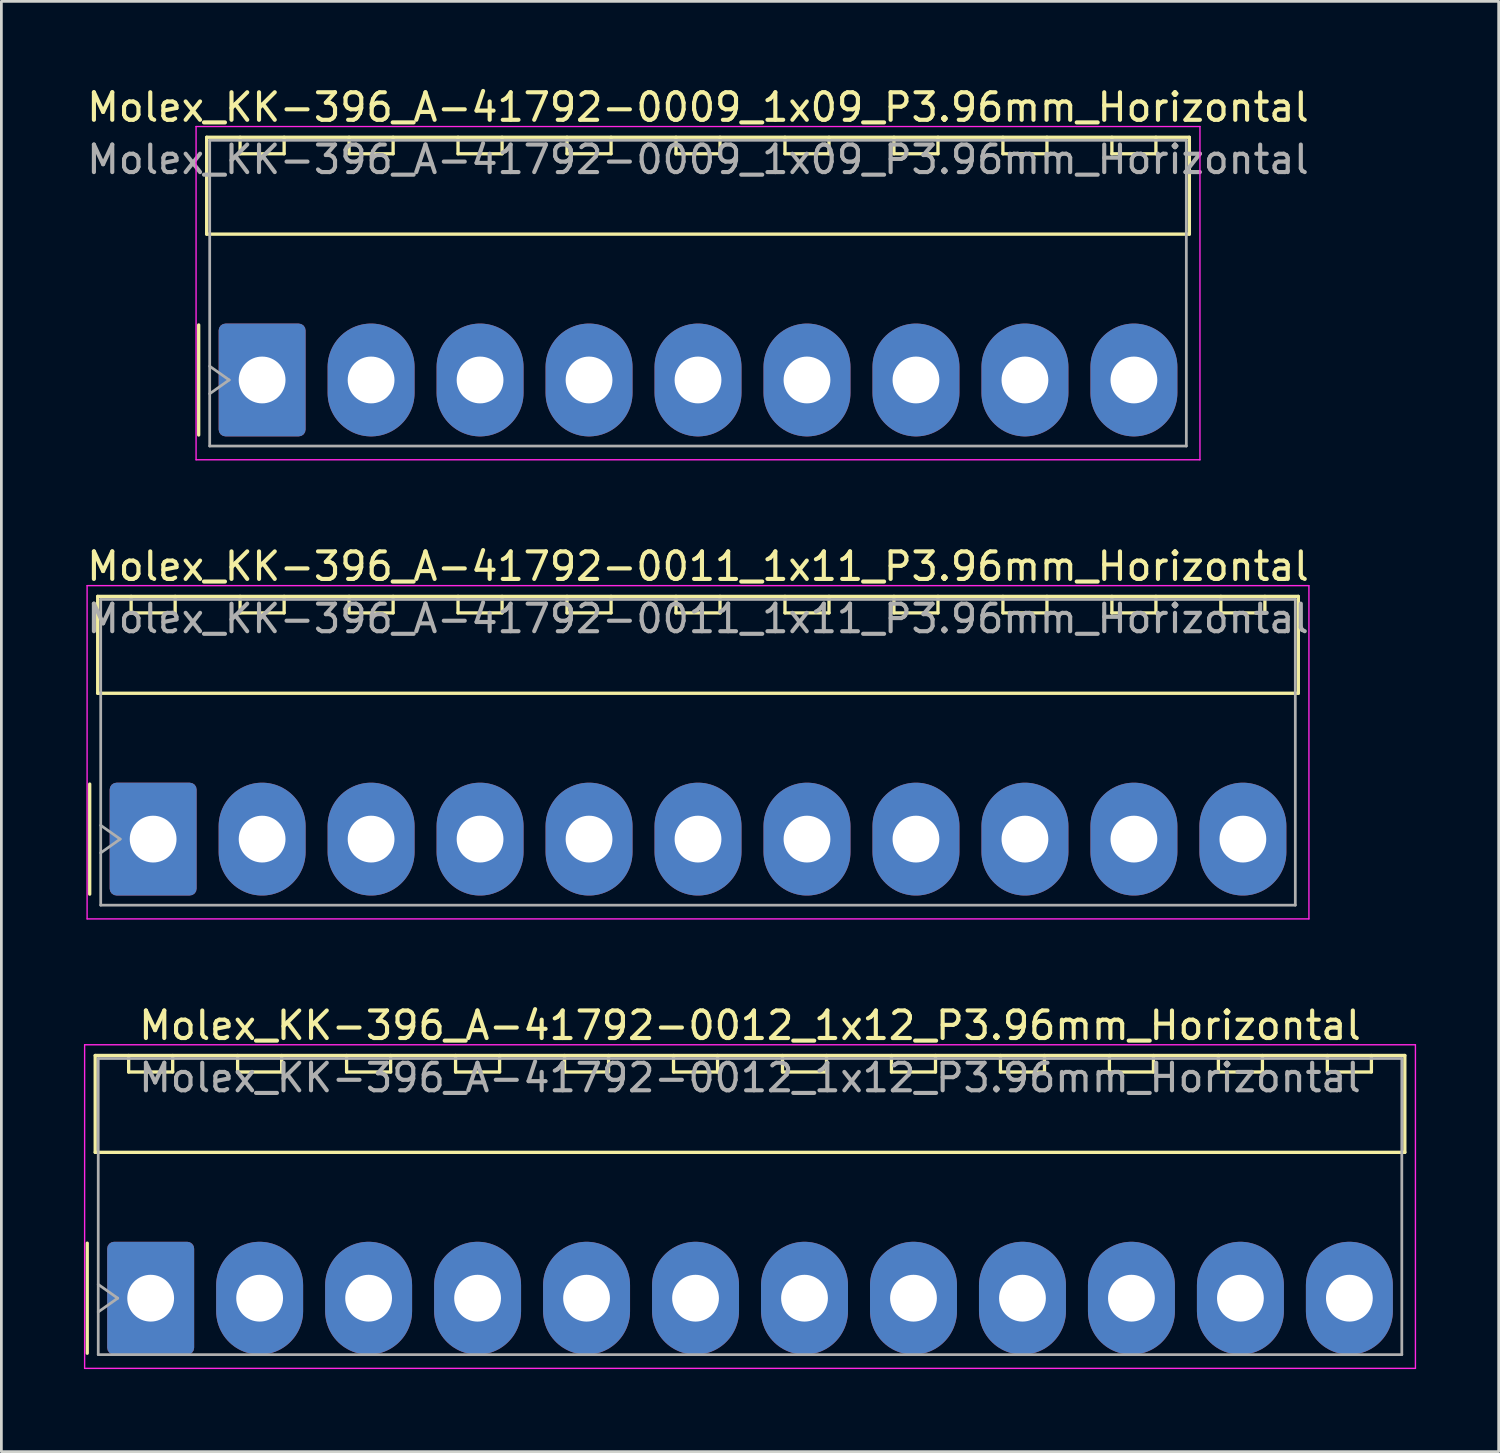
<source format=kicad_pcb>
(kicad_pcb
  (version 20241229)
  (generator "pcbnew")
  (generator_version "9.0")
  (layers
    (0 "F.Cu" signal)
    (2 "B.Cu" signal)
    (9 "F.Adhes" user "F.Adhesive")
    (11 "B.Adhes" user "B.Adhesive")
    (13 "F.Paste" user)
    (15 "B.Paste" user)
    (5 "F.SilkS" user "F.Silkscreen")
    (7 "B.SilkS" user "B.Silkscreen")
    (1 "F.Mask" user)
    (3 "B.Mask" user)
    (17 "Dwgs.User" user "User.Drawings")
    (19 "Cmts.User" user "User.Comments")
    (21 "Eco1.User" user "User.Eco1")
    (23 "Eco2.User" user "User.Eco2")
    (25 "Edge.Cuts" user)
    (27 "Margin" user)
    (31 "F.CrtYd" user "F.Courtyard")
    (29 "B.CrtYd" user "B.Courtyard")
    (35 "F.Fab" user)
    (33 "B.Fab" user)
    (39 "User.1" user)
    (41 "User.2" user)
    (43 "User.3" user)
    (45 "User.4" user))
  (footprint "Molex_KK-396_A-41792-0012_1x12_P3.96mm_Horizontal"
    (layer "F.Cu")
    (at 2.425 44.125)
    (property "Reference" "Molex_KK-396_A-41792-0012_1x12_P3.96mm_Horizontal" (at 21.78 -9.91 0) (layer "F.SilkS") (effects (font (size 1 1) (thickness 0.15))))
    (attr through_hole)
    (fp_line (start -2.305 -2) (end -2.305 2) (stroke (width 0.12) (type solid)) (layer "F.SilkS"))
    (fp_line (start -2.015 -8.82) (end 45.575 -8.82) (stroke (width 0.12) (type solid)) (layer "F.SilkS"))
    (fp_line (start -2.015 -5.3) (end -2.015 -8.82) (stroke (width 0.12) (type solid)) (layer "F.SilkS"))
    (fp_line (start -0.8 -8.82) (end -0.8 -8.22) (stroke (width 0.12) (type solid)) (layer "F.SilkS"))
    (fp_line (start -0.8 -8.22) (end 0.8 -8.22) (stroke (width 0.12) (type solid)) (layer "F.SilkS"))
    (fp_line (start 0.8 -8.22) (end 0.8 -8.82) (stroke (width 0.12) (type solid)) (layer "F.SilkS"))
    (fp_line (start 3.16 -8.82) (end 3.16 -8.22) (stroke (width 0.12) (type solid)) (layer "F.SilkS"))
    (fp_line (start 3.16 -8.22) (end 4.76 -8.22) (stroke (width 0.12) (type solid)) (layer "F.SilkS"))
    (fp_line (start 4.76 -8.22) (end 4.76 -8.82) (stroke (width 0.12) (type solid)) (layer "F.SilkS"))
    (fp_line (start 7.12 -8.82) (end 7.12 -8.22) (stroke (width 0.12) (type solid)) (layer "F.SilkS"))
    (fp_line (start 7.12 -8.22) (end 8.72 -8.22) (stroke (width 0.12) (type solid)) (layer "F.SilkS"))
    (fp_line (start 8.72 -8.22) (end 8.72 -8.82) (stroke (width 0.12) (type solid)) (layer "F.SilkS"))
    (fp_line (start 11.08 -8.82) (end 11.08 -8.22) (stroke (width 0.12) (type solid)) (layer "F.SilkS"))
    (fp_line (start 11.08 -8.22) (end 12.68 -8.22) (stroke (width 0.12) (type solid)) (layer "F.SilkS"))
    (fp_line (start 12.68 -8.22) (end 12.68 -8.82) (stroke (width 0.12) (type solid)) (layer "F.SilkS"))
    (fp_line (start 15.04 -8.82) (end 15.04 -8.22) (stroke (width 0.12) (type solid)) (layer "F.SilkS"))
    (fp_line (start 15.04 -8.22) (end 16.64 -8.22) (stroke (width 0.12) (type solid)) (layer "F.SilkS"))
    (fp_line (start 16.64 -8.22) (end 16.64 -8.82) (stroke (width 0.12) (type solid)) (layer "F.SilkS"))
    (fp_line (start 19 -8.82) (end 19 -8.22) (stroke (width 0.12) (type solid)) (layer "F.SilkS"))
    (fp_line (start 19 -8.22) (end 20.6 -8.22) (stroke (width 0.12) (type solid)) (layer "F.SilkS"))
    (fp_line (start 20.6 -8.22) (end 20.6 -8.82) (stroke (width 0.12) (type solid)) (layer "F.SilkS"))
    (fp_line (start 22.96 -8.82) (end 22.96 -8.22) (stroke (width 0.12) (type solid)) (layer "F.SilkS"))
    (fp_line (start 22.96 -8.22) (end 24.56 -8.22) (stroke (width 0.12) (type solid)) (layer "F.SilkS"))
    (fp_line (start 24.56 -8.22) (end 24.56 -8.82) (stroke (width 0.12) (type solid)) (layer "F.SilkS"))
    (fp_line (start 26.92 -8.82) (end 26.92 -8.22) (stroke (width 0.12) (type solid)) (layer "F.SilkS"))
    (fp_line (start 26.92 -8.22) (end 28.52 -8.22) (stroke (width 0.12) (type solid)) (layer "F.SilkS"))
    (fp_line (start 28.52 -8.22) (end 28.52 -8.82) (stroke (width 0.12) (type solid)) (layer "F.SilkS"))
    (fp_line (start 30.88 -8.82) (end 30.88 -8.22) (stroke (width 0.12) (type solid)) (layer "F.SilkS"))
    (fp_line (start 30.88 -8.22) (end 32.48 -8.22) (stroke (width 0.12) (type solid)) (layer "F.SilkS"))
    (fp_line (start 32.48 -8.22) (end 32.48 -8.82) (stroke (width 0.12) (type solid)) (layer "F.SilkS"))
    (fp_line (start 34.84 -8.82) (end 34.84 -8.22) (stroke (width 0.12) (type solid)) (layer "F.SilkS"))
    (fp_line (start 34.84 -8.22) (end 36.44 -8.22) (stroke (width 0.12) (type solid)) (layer "F.SilkS"))
    (fp_line (start 36.44 -8.22) (end 36.44 -8.82) (stroke (width 0.12) (type solid)) (layer "F.SilkS"))
    (fp_line (start 38.8 -8.82) (end 38.8 -8.22) (stroke (width 0.12) (type solid)) (layer "F.SilkS"))
    (fp_line (start 38.8 -8.22) (end 40.4 -8.22) (stroke (width 0.12) (type solid)) (layer "F.SilkS"))
    (fp_line (start 40.4 -8.22) (end 40.4 -8.82) (stroke (width 0.12) (type solid)) (layer "F.SilkS"))
    (fp_line (start 42.76 -8.82) (end 42.76 -8.22) (stroke (width 0.12) (type solid)) (layer "F.SilkS"))
    (fp_line (start 42.76 -8.22) (end 44.36 -8.22) (stroke (width 0.12) (type solid)) (layer "F.SilkS"))
    (fp_line (start 44.36 -8.22) (end 44.36 -8.82) (stroke (width 0.12) (type solid)) (layer "F.SilkS"))
    (fp_line (start 45.575 -8.82) (end 45.575 -5.3) (stroke (width 0.12) (type solid)) (layer "F.SilkS"))
    (fp_line (start 45.575 -5.3) (end -2.015 -5.3) (stroke (width 0.12) (type solid)) (layer "F.SilkS"))
    (fp_line (start -2.4 -9.21) (end -2.4 2.55) (stroke (width 0.05) (type solid)) (layer "F.CrtYd"))
    (fp_line (start -2.4 2.55) (end 45.96 2.55) (stroke (width 0.05) (type solid)) (layer "F.CrtYd"))
    (fp_line (start 45.96 -9.21) (end -2.4 -9.21) (stroke (width 0.05) (type solid)) (layer "F.CrtYd"))
    (fp_line (start 45.96 2.55) (end 45.96 -9.21) (stroke (width 0.05) (type solid)) (layer "F.CrtYd"))
    (fp_line (start -1.905 -8.71) (end 45.465 -8.71) (stroke (width 0.1) (type solid)) (layer "F.Fab"))
    (fp_line (start -1.905 -0.5) (end -1.198 0) (stroke (width 0.1) (type solid)) (layer "F.Fab"))
    (fp_line (start -1.905 2.05) (end -1.905 -8.71) (stroke (width 0.1) (type solid)) (layer "F.Fab"))
    (fp_line (start -1.198 0) (end -1.905 0.5) (stroke (width 0.1) (type solid)) (layer "F.Fab"))
    (fp_line (start 45.465 -8.71) (end 45.465 2.05) (stroke (width 0.1) (type solid)) (layer "F.Fab"))
    (fp_line (start 45.465 2.05) (end -1.905 2.05) (stroke (width 0.1) (type solid)) (layer "F.Fab"))
    (fp_text user "${REFERENCE}" (at 21.78 -8.01 0) (layer "F.Fab") (effects (font (size 1 1) (thickness 0.15))))
    (pad "1" thru_hole roundrect (at 0 0) (size 3.16 4.1) (drill 1.7) (layers "*.Cu" "*.Mask") (roundrect_rratio 0.079))
    (pad "2" thru_hole oval (at 3.96 0) (size 3.16 4.1) (drill 1.7) (layers "*.Cu" "*.Mask"))
    (pad "3" thru_hole oval (at 7.92 0) (size 3.16 4.1) (drill 1.7) (layers "*.Cu" "*.Mask"))
    (pad "4" thru_hole oval (at 11.88 0) (size 3.16 4.1) (drill 1.7) (layers "*.Cu" "*.Mask"))
    (pad "5" thru_hole oval (at 15.84 0) (size 3.16 4.1) (drill 1.7) (layers "*.Cu" "*.Mask"))
    (pad "6" thru_hole oval (at 19.8 0) (size 3.16 4.1) (drill 1.7) (layers "*.Cu" "*.Mask"))
    (pad "7" thru_hole oval (at 23.76 0) (size 3.16 4.1) (drill 1.7) (layers "*.Cu" "*.Mask"))
    (pad "8" thru_hole oval (at 27.72 0) (size 3.16 4.1) (drill 1.7) (layers "*.Cu" "*.Mask"))
    (pad "9" thru_hole oval (at 31.68 0) (size 3.16 4.1) (drill 1.7) (layers "*.Cu" "*.Mask"))
    (pad "10" thru_hole oval (at 35.64 0) (size 3.16 4.1) (drill 1.7) (layers "*.Cu" "*.Mask"))
    (pad "11" thru_hole oval (at 39.6 0) (size 3.16 4.1) (drill 1.7) (layers "*.Cu" "*.Mask"))
    (pad "12" thru_hole oval (at 43.56 0) (size 3.16 4.1) (drill 1.7) (layers "*.Cu" "*.Mask")))
  (footprint "Molex_KK-396_A-41792-0011_1x11_P3.96mm_Horizontal"
    (layer "F.Cu")
    (at 2.515 27.442)
    (property "Reference" "Molex_KK-396_A-41792-0011_1x11_P3.96mm_Horizontal" (at 19.8 -9.91 0) (layer "F.SilkS") (effects (font (size 1 1) (thickness 0.15))))
    (attr through_hole)
    (fp_line (start -2.305 -2) (end -2.305 2) (stroke (width 0.12) (type solid)) (layer "F.SilkS"))
    (fp_line (start -2.015 -8.82) (end 41.615 -8.82) (stroke (width 0.12) (type solid)) (layer "F.SilkS"))
    (fp_line (start -2.015 -5.3) (end -2.015 -8.82) (stroke (width 0.12) (type solid)) (layer "F.SilkS"))
    (fp_line (start -0.8 -8.82) (end -0.8 -8.22) (stroke (width 0.12) (type solid)) (layer "F.SilkS"))
    (fp_line (start -0.8 -8.22) (end 0.8 -8.22) (stroke (width 0.12) (type solid)) (layer "F.SilkS"))
    (fp_line (start 0.8 -8.22) (end 0.8 -8.82) (stroke (width 0.12) (type solid)) (layer "F.SilkS"))
    (fp_line (start 3.16 -8.82) (end 3.16 -8.22) (stroke (width 0.12) (type solid)) (layer "F.SilkS"))
    (fp_line (start 3.16 -8.22) (end 4.76 -8.22) (stroke (width 0.12) (type solid)) (layer "F.SilkS"))
    (fp_line (start 4.76 -8.22) (end 4.76 -8.82) (stroke (width 0.12) (type solid)) (layer "F.SilkS"))
    (fp_line (start 7.12 -8.82) (end 7.12 -8.22) (stroke (width 0.12) (type solid)) (layer "F.SilkS"))
    (fp_line (start 7.12 -8.22) (end 8.72 -8.22) (stroke (width 0.12) (type solid)) (layer "F.SilkS"))
    (fp_line (start 8.72 -8.22) (end 8.72 -8.82) (stroke (width 0.12) (type solid)) (layer "F.SilkS"))
    (fp_line (start 11.08 -8.82) (end 11.08 -8.22) (stroke (width 0.12) (type solid)) (layer "F.SilkS"))
    (fp_line (start 11.08 -8.22) (end 12.68 -8.22) (stroke (width 0.12) (type solid)) (layer "F.SilkS"))
    (fp_line (start 12.68 -8.22) (end 12.68 -8.82) (stroke (width 0.12) (type solid)) (layer "F.SilkS"))
    (fp_line (start 15.04 -8.82) (end 15.04 -8.22) (stroke (width 0.12) (type solid)) (layer "F.SilkS"))
    (fp_line (start 15.04 -8.22) (end 16.64 -8.22) (stroke (width 0.12) (type solid)) (layer "F.SilkS"))
    (fp_line (start 16.64 -8.22) (end 16.64 -8.82) (stroke (width 0.12) (type solid)) (layer "F.SilkS"))
    (fp_line (start 19 -8.82) (end 19 -8.22) (stroke (width 0.12) (type solid)) (layer "F.SilkS"))
    (fp_line (start 19 -8.22) (end 20.6 -8.22) (stroke (width 0.12) (type solid)) (layer "F.SilkS"))
    (fp_line (start 20.6 -8.22) (end 20.6 -8.82) (stroke (width 0.12) (type solid)) (layer "F.SilkS"))
    (fp_line (start 22.96 -8.82) (end 22.96 -8.22) (stroke (width 0.12) (type solid)) (layer "F.SilkS"))
    (fp_line (start 22.96 -8.22) (end 24.56 -8.22) (stroke (width 0.12) (type solid)) (layer "F.SilkS"))
    (fp_line (start 24.56 -8.22) (end 24.56 -8.82) (stroke (width 0.12) (type solid)) (layer "F.SilkS"))
    (fp_line (start 26.92 -8.82) (end 26.92 -8.22) (stroke (width 0.12) (type solid)) (layer "F.SilkS"))
    (fp_line (start 26.92 -8.22) (end 28.52 -8.22) (stroke (width 0.12) (type solid)) (layer "F.SilkS"))
    (fp_line (start 28.52 -8.22) (end 28.52 -8.82) (stroke (width 0.12) (type solid)) (layer "F.SilkS"))
    (fp_line (start 30.88 -8.82) (end 30.88 -8.22) (stroke (width 0.12) (type solid)) (layer "F.SilkS"))
    (fp_line (start 30.88 -8.22) (end 32.48 -8.22) (stroke (width 0.12) (type solid)) (layer "F.SilkS"))
    (fp_line (start 32.48 -8.22) (end 32.48 -8.82) (stroke (width 0.12) (type solid)) (layer "F.SilkS"))
    (fp_line (start 34.84 -8.82) (end 34.84 -8.22) (stroke (width 0.12) (type solid)) (layer "F.SilkS"))
    (fp_line (start 34.84 -8.22) (end 36.44 -8.22) (stroke (width 0.12) (type solid)) (layer "F.SilkS"))
    (fp_line (start 36.44 -8.22) (end 36.44 -8.82) (stroke (width 0.12) (type solid)) (layer "F.SilkS"))
    (fp_line (start 38.8 -8.82) (end 38.8 -8.22) (stroke (width 0.12) (type solid)) (layer "F.SilkS"))
    (fp_line (start 38.8 -8.22) (end 40.4 -8.22) (stroke (width 0.12) (type solid)) (layer "F.SilkS"))
    (fp_line (start 40.4 -8.22) (end 40.4 -8.82) (stroke (width 0.12) (type solid)) (layer "F.SilkS"))
    (fp_line (start 41.615 -8.82) (end 41.615 -5.3) (stroke (width 0.12) (type solid)) (layer "F.SilkS"))
    (fp_line (start 41.615 -5.3) (end -2.015 -5.3) (stroke (width 0.12) (type solid)) (layer "F.SilkS"))
    (fp_line (start -2.4 -9.21) (end -2.4 2.9) (stroke (width 0.05) (type solid)) (layer "F.CrtYd"))
    (fp_line (start -2.4 2.9) (end 42 2.9) (stroke (width 0.05) (type solid)) (layer "F.CrtYd"))
    (fp_line (start 42 -9.21) (end -2.4 -9.21) (stroke (width 0.05) (type solid)) (layer "F.CrtYd"))
    (fp_line (start 42 2.9) (end 42 -9.21) (stroke (width 0.05) (type solid)) (layer "F.CrtYd"))
    (fp_line (start -1.905 -8.71) (end 41.505 -8.71) (stroke (width 0.1) (type solid)) (layer "F.Fab"))
    (fp_line (start -1.905 -0.5) (end -1.198 0) (stroke (width 0.1) (type solid)) (layer "F.Fab"))
    (fp_line (start -1.905 2.4) (end -1.905 -8.71) (stroke (width 0.1) (type solid)) (layer "F.Fab"))
    (fp_line (start -1.198 0) (end -1.905 0.5) (stroke (width 0.1) (type solid)) (layer "F.Fab"))
    (fp_line (start 41.505 -8.71) (end 41.505 2.4) (stroke (width 0.1) (type solid)) (layer "F.Fab"))
    (fp_line (start 41.505 2.4) (end -1.905 2.4) (stroke (width 0.1) (type solid)) (layer "F.Fab"))
    (fp_text user "${REFERENCE}" (at 19.8 -8.01 0) (layer "F.Fab") (effects (font (size 1 1) (thickness 0.15))))
    (pad "1" thru_hole roundrect (at 0 0) (size 3.16 4.1) (drill 1.7) (layers "*.Cu" "*.Mask") (roundrect_rratio 0.079))
    (pad "2" thru_hole oval (at 3.96 0) (size 3.16 4.1) (drill 1.7) (layers "*.Cu" "*.Mask"))
    (pad "3" thru_hole oval (at 7.92 0) (size 3.16 4.1) (drill 1.7) (layers "*.Cu" "*.Mask"))
    (pad "4" thru_hole oval (at 11.88 0) (size 3.16 4.1) (drill 1.7) (layers "*.Cu" "*.Mask"))
    (pad "5" thru_hole oval (at 15.84 0) (size 3.16 4.1) (drill 1.7) (layers "*.Cu" "*.Mask"))
    (pad "6" thru_hole oval (at 19.8 0) (size 3.16 4.1) (drill 1.7) (layers "*.Cu" "*.Mask"))
    (pad "7" thru_hole oval (at 23.76 0) (size 3.16 4.1) (drill 1.7) (layers "*.Cu" "*.Mask"))
    (pad "8" thru_hole oval (at 27.72 0) (size 3.16 4.1) (drill 1.7) (layers "*.Cu" "*.Mask"))
    (pad "9" thru_hole oval (at 31.68 0) (size 3.16 4.1) (drill 1.7) (layers "*.Cu" "*.Mask"))
    (pad "10" thru_hole oval (at 35.64 0) (size 3.16 4.1) (drill 1.7) (layers "*.Cu" "*.Mask"))
    (pad "11" thru_hole oval (at 39.6 0) (size 3.16 4.1) (drill 1.7) (layers "*.Cu" "*.Mask")))
  (footprint "Molex_KK-396_A-41792-0009_1x09_P3.96mm_Horizontal"
    (layer "F.Cu")
    (at 6.475 10.758)
    (property "Reference" "Molex_KK-396_A-41792-0009_1x09_P3.96mm_Horizontal" (at 15.84 -9.91 0) (layer "F.SilkS") (effects (font (size 1 1) (thickness 0.15))))
    (attr through_hole)
    (fp_line (start -2.305 -2) (end -2.305 2) (stroke (width 0.12) (type solid)) (layer "F.SilkS"))
    (fp_line (start -2.015 -8.82) (end 33.695 -8.82) (stroke (width 0.12) (type solid)) (layer "F.SilkS"))
    (fp_line (start -2.015 -5.3) (end -2.015 -8.82) (stroke (width 0.12) (type solid)) (layer "F.SilkS"))
    (fp_line (start -0.8 -8.82) (end -0.8 -8.22) (stroke (width 0.12) (type solid)) (layer "F.SilkS"))
    (fp_line (start -0.8 -8.22) (end 0.8 -8.22) (stroke (width 0.12) (type solid)) (layer "F.SilkS"))
    (fp_line (start 0.8 -8.22) (end 0.8 -8.82) (stroke (width 0.12) (type solid)) (layer "F.SilkS"))
    (fp_line (start 3.16 -8.82) (end 3.16 -8.22) (stroke (width 0.12) (type solid)) (layer "F.SilkS"))
    (fp_line (start 3.16 -8.22) (end 4.76 -8.22) (stroke (width 0.12) (type solid)) (layer "F.SilkS"))
    (fp_line (start 4.76 -8.22) (end 4.76 -8.82) (stroke (width 0.12) (type solid)) (layer "F.SilkS"))
    (fp_line (start 7.12 -8.82) (end 7.12 -8.22) (stroke (width 0.12) (type solid)) (layer "F.SilkS"))
    (fp_line (start 7.12 -8.22) (end 8.72 -8.22) (stroke (width 0.12) (type solid)) (layer "F.SilkS"))
    (fp_line (start 8.72 -8.22) (end 8.72 -8.82) (stroke (width 0.12) (type solid)) (layer "F.SilkS"))
    (fp_line (start 11.08 -8.82) (end 11.08 -8.22) (stroke (width 0.12) (type solid)) (layer "F.SilkS"))
    (fp_line (start 11.08 -8.22) (end 12.68 -8.22) (stroke (width 0.12) (type solid)) (layer "F.SilkS"))
    (fp_line (start 12.68 -8.22) (end 12.68 -8.82) (stroke (width 0.12) (type solid)) (layer "F.SilkS"))
    (fp_line (start 15.04 -8.82) (end 15.04 -8.22) (stroke (width 0.12) (type solid)) (layer "F.SilkS"))
    (fp_line (start 15.04 -8.22) (end 16.64 -8.22) (stroke (width 0.12) (type solid)) (layer "F.SilkS"))
    (fp_line (start 16.64 -8.22) (end 16.64 -8.82) (stroke (width 0.12) (type solid)) (layer "F.SilkS"))
    (fp_line (start 19 -8.82) (end 19 -8.22) (stroke (width 0.12) (type solid)) (layer "F.SilkS"))
    (fp_line (start 19 -8.22) (end 20.6 -8.22) (stroke (width 0.12) (type solid)) (layer "F.SilkS"))
    (fp_line (start 20.6 -8.22) (end 20.6 -8.82) (stroke (width 0.12) (type solid)) (layer "F.SilkS"))
    (fp_line (start 22.96 -8.82) (end 22.96 -8.22) (stroke (width 0.12) (type solid)) (layer "F.SilkS"))
    (fp_line (start 22.96 -8.22) (end 24.56 -8.22) (stroke (width 0.12) (type solid)) (layer "F.SilkS"))
    (fp_line (start 24.56 -8.22) (end 24.56 -8.82) (stroke (width 0.12) (type solid)) (layer "F.SilkS"))
    (fp_line (start 26.92 -8.82) (end 26.92 -8.22) (stroke (width 0.12) (type solid)) (layer "F.SilkS"))
    (fp_line (start 26.92 -8.22) (end 28.52 -8.22) (stroke (width 0.12) (type solid)) (layer "F.SilkS"))
    (fp_line (start 28.52 -8.22) (end 28.52 -8.82) (stroke (width 0.12) (type solid)) (layer "F.SilkS"))
    (fp_line (start 30.88 -8.82) (end 30.88 -8.22) (stroke (width 0.12) (type solid)) (layer "F.SilkS"))
    (fp_line (start 30.88 -8.22) (end 32.48 -8.22) (stroke (width 0.12) (type solid)) (layer "F.SilkS"))
    (fp_line (start 32.48 -8.22) (end 32.48 -8.82) (stroke (width 0.12) (type solid)) (layer "F.SilkS"))
    (fp_line (start 33.695 -8.82) (end 33.695 -5.3) (stroke (width 0.12) (type solid)) (layer "F.SilkS"))
    (fp_line (start 33.695 -5.3) (end -2.015 -5.3) (stroke (width 0.12) (type solid)) (layer "F.SilkS"))
    (fp_line (start -2.4 -9.21) (end -2.4 2.9) (stroke (width 0.05) (type solid)) (layer "F.CrtYd"))
    (fp_line (start -2.4 2.9) (end 34.08 2.9) (stroke (width 0.05) (type solid)) (layer "F.CrtYd"))
    (fp_line (start 34.08 -9.21) (end -2.4 -9.21) (stroke (width 0.05) (type solid)) (layer "F.CrtYd"))
    (fp_line (start 34.08 2.9) (end 34.08 -9.21) (stroke (width 0.05) (type solid)) (layer "F.CrtYd"))
    (fp_line (start -1.905 -8.71) (end 33.585 -8.71) (stroke (width 0.1) (type solid)) (layer "F.Fab"))
    (fp_line (start -1.905 -0.5) (end -1.198 0) (stroke (width 0.1) (type solid)) (layer "F.Fab"))
    (fp_line (start -1.905 2.4) (end -1.905 -8.71) (stroke (width 0.1) (type solid)) (layer "F.Fab"))
    (fp_line (start -1.198 0) (end -1.905 0.5) (stroke (width 0.1) (type solid)) (layer "F.Fab"))
    (fp_line (start 33.585 -8.71) (end 33.585 2.4) (stroke (width 0.1) (type solid)) (layer "F.Fab"))
    (fp_line (start 33.585 2.4) (end -1.905 2.4) (stroke (width 0.1) (type solid)) (layer "F.Fab"))
    (fp_text user "${REFERENCE}" (at 15.84 -8.01 0) (layer "F.Fab") (effects (font (size 1 1) (thickness 0.15))))
    (pad "1" thru_hole roundrect (at 0 0) (size 3.16 4.1) (drill 1.7) (layers "*.Cu" "*.Mask") (roundrect_rratio 0.079))
    (pad "2" thru_hole oval (at 3.96 0) (size 3.16 4.1) (drill 1.7) (layers "*.Cu" "*.Mask"))
    (pad "3" thru_hole oval (at 7.92 0) (size 3.16 4.1) (drill 1.7) (layers "*.Cu" "*.Mask"))
    (pad "4" thru_hole oval (at 11.88 0) (size 3.16 4.1) (drill 1.7) (layers "*.Cu" "*.Mask"))
    (pad "5" thru_hole oval (at 15.84 0) (size 3.16 4.1) (drill 1.7) (layers "*.Cu" "*.Mask"))
    (pad "6" thru_hole oval (at 19.8 0) (size 3.16 4.1) (drill 1.7) (layers "*.Cu" "*.Mask"))
    (pad "7" thru_hole oval (at 23.76 0) (size 3.16 4.1) (drill 1.7) (layers "*.Cu" "*.Mask"))
    (pad "8" thru_hole oval (at 27.72 0) (size 3.16 4.1) (drill 1.7) (layers "*.Cu" "*.Mask"))
    (pad "9" thru_hole oval (at 31.68 0) (size 3.16 4.1) (drill 1.7) (layers "*.Cu" "*.Mask")))
  (gr_rect
    (start -3 -3)
    (end 51.41 49.7)
    (stroke (width 0.1) (type default))
    (fill no)
    (layer "Edge.Cuts")))
</source>
